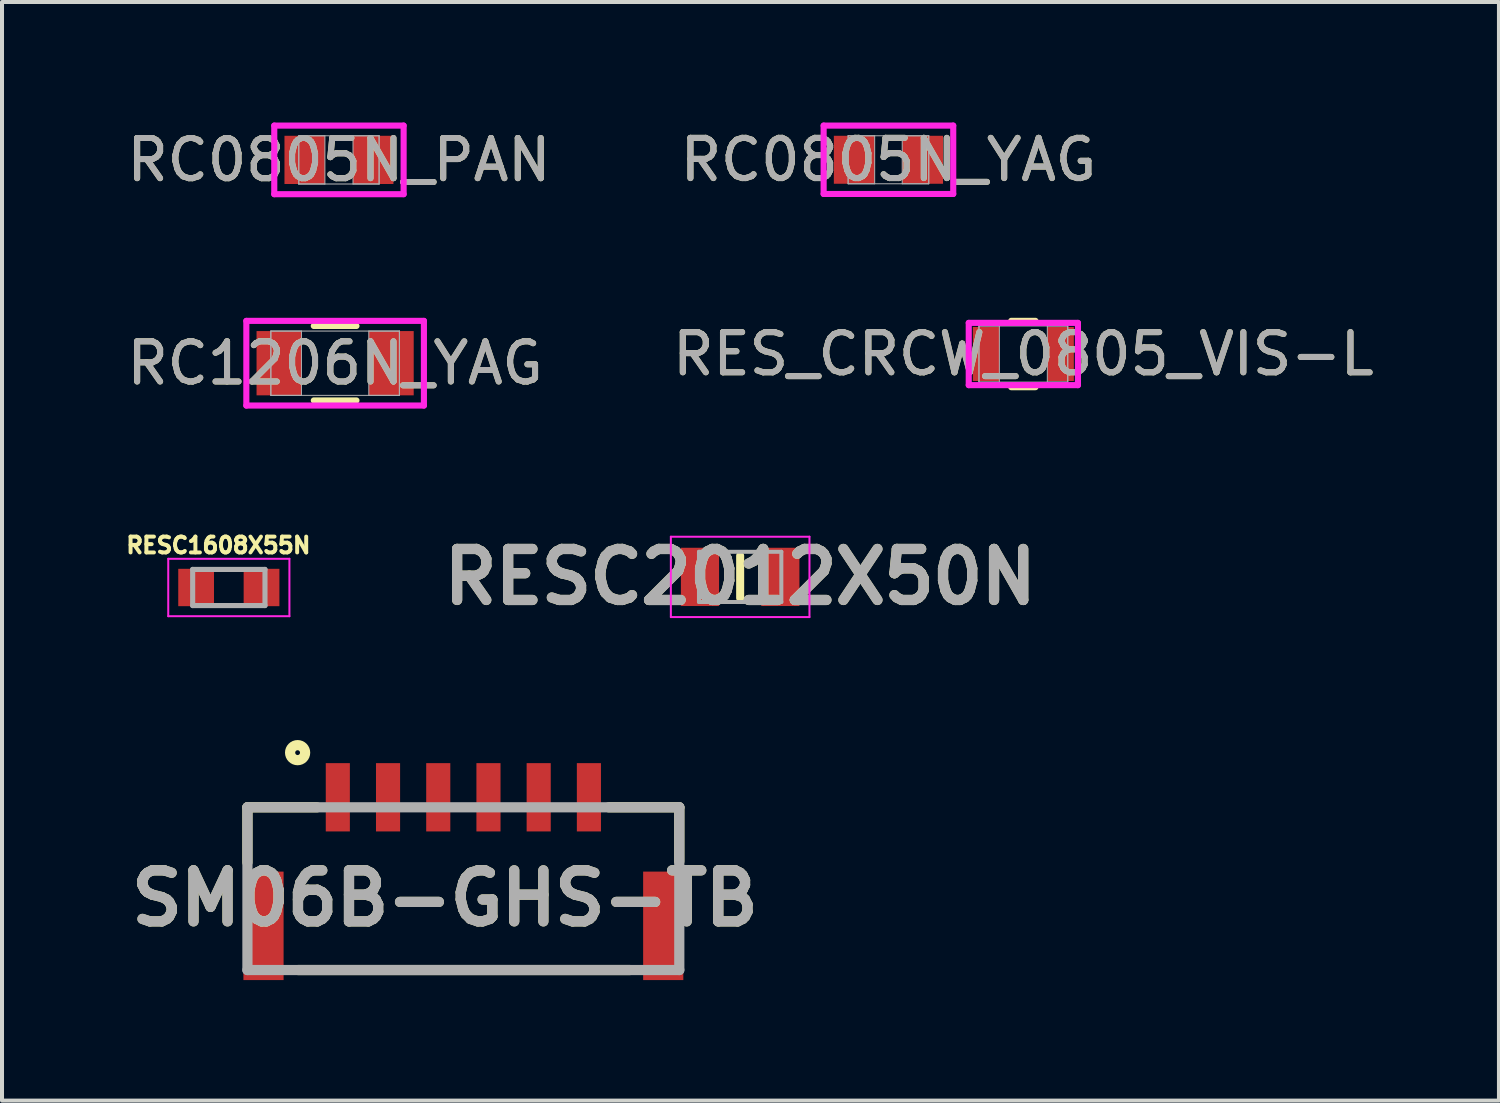
<source format=kicad_pcb>
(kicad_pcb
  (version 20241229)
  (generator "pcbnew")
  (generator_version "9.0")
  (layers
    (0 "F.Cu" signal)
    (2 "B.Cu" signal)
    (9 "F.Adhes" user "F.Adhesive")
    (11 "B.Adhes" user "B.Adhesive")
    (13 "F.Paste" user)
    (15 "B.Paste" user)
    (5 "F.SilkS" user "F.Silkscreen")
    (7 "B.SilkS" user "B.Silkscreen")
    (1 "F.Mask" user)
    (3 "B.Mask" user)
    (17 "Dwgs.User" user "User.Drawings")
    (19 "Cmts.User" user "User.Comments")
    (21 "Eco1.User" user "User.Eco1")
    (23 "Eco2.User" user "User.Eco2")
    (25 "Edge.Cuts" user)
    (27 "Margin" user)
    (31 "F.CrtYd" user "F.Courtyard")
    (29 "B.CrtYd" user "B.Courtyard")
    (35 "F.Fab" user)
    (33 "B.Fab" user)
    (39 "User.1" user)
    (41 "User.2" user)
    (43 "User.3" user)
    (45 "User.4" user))
  (footprint "RES_CRCW_0805_VIS-L"
    (layer "F.Cu")
    (at 22.423 5.762)
    (property "Reference" "RES_CRCW_0805_VIS-L" (at 0 0 0) (unlocked yes) (layer "F.SilkS") (effects (font (size 1 1) (thickness 0.15))))
    (attr smd)
    (fp_line (start -0.301 0.826) (end 0.301 0.826) (stroke (width 0.152) (type solid)) (layer "F.SilkS"))
    (fp_line (start 0.301 -0.826) (end -0.301 -0.826) (stroke (width 0.152) (type solid)) (layer "F.SilkS"))
    (fp_line (start -1.359 -0.775) (end 1.359 -0.775) (stroke (width 0.152) (type solid)) (layer "F.CrtYd"))
    (fp_line (start -1.359 0.775) (end -1.359 -0.775) (stroke (width 0.152) (type solid)) (layer "F.CrtYd"))
    (fp_line (start 1.359 -0.775) (end 1.359 0.775) (stroke (width 0.152) (type solid)) (layer "F.CrtYd"))
    (fp_line (start 1.359 0.775) (end -1.359 0.775) (stroke (width 0.152) (type solid)) (layer "F.CrtYd"))
    (fp_line (start -1.105 -0.699) (end -1.105 0.699) (stroke (width 0.025) (type solid)) (layer "F.Fab"))
    (fp_line (start -1.105 -0.699) (end -1.105 0.699) (stroke (width 0.025) (type solid)) (layer "F.Fab"))
    (fp_line (start -1.105 0.699) (end -0.597 0.699) (stroke (width 0.025) (type solid)) (layer "F.Fab"))
    (fp_line (start -1.105 0.699) (end 1.105 0.699) (stroke (width 0.025) (type solid)) (layer "F.Fab"))
    (fp_line (start -0.597 -0.699) (end -1.105 -0.699) (stroke (width 0.025) (type solid)) (layer "F.Fab"))
    (fp_line (start -0.597 0.699) (end -0.597 -0.699) (stroke (width 0.025) (type solid)) (layer "F.Fab"))
    (fp_line (start 0.597 -0.699) (end 0.597 0.699) (stroke (width 0.025) (type solid)) (layer "F.Fab"))
    (fp_line (start 0.597 0.699) (end 1.105 0.699) (stroke (width 0.025) (type solid)) (layer "F.Fab"))
    (fp_line (start 1.105 -0.699) (end -1.105 -0.699) (stroke (width 0.025) (type solid)) (layer "F.Fab"))
    (fp_line (start 1.105 -0.699) (end 0.597 -0.699) (stroke (width 0.025) (type solid)) (layer "F.Fab"))
    (fp_line (start 1.105 0.699) (end 1.105 -0.699) (stroke (width 0.025) (type solid)) (layer "F.Fab"))
    (fp_line (start 1.105 0.699) (end 1.105 -0.699) (stroke (width 0.025) (type solid)) (layer "F.Fab"))
    (fp_text user "${REFERENCE}" (at 0 0 0) (unlocked yes) (layer "F.Fab") (effects (font (size 1 1) (thickness 0.15))))
    (pad "1" smd rect (at -0.927 0) (size 0.66 1.346) (layers "F.Cu" "F.Mask" "F.Paste"))
    (pad "2" smd rect (at 0.927 0) (size 0.66 1.346) (layers "F.Cu" "F.Mask" "F.Paste"))
    (zone (net_name "") (layer "F.Cu") (hatch full 0.508) (connect_pads) (min_thickness 0.254) (filled_areas_thickness no) (keepout (tracks not_allowed) (vias not_allowed) (pads allowed) (copperpour not_allowed) (footprints allowed)) (placement (enabled no)) (fill) (polygon (pts (xy 21.877 5.114) (xy 22.969 5.114) (xy 22.969 6.41) (xy 21.877 6.41)))))
  (footprint "SM06B-GHS-TB"
    (layer "F.Cu")
    (at 3.109 21.096)
    (property "Reference" "SM06B-GHS-TB" (at 4.917 -1.786 0) (layer "F.SilkS") (effects (font (size 1.27 1.27) (thickness 0.254))))
    (attr smd)
    (fp_line (start 0 -4.05) (end 0 -2.678) (stroke (width 0.254) (type solid)) (layer "F.SilkS"))
    (fp_line (start 0 -4.05) (end 1.731 -4.05) (stroke (width 0.254) (type solid)) (layer "F.SilkS"))
    (fp_line (start 1.263 0) (end 9.519 0) (stroke (width 0.254) (type solid)) (layer "F.SilkS"))
    (fp_line (start 10.75 -4.05) (end 8.995 -4.05) (stroke (width 0.254) (type solid)) (layer "F.SilkS"))
    (fp_line (start 10.75 -4.05) (end 10.75 -2.706) (stroke (width 0.254) (type solid)) (layer "F.SilkS"))
    (fp_circle (center 1.249 -5.411) (end 1.249 -5.351) (stroke (width 0.254) (type solid)) (fill no) (layer "F.SilkS"))
    (fp_line (start 0 -4.05) (end 10.75 -4.05) (stroke (width 0.254) (type solid)) (layer "F.Fab"))
    (fp_line (start 0 0) (end 0 -4.05) (stroke (width 0.254) (type solid)) (layer "F.Fab"))
    (fp_line (start 10.75 -4.05) (end 10.75 0) (stroke (width 0.254) (type solid)) (layer "F.Fab"))
    (fp_line (start 10.75 0) (end 0 0) (stroke (width 0.254) (type solid)) (layer "F.Fab"))
    (fp_text user "${REFERENCE}" (at 4.917 -1.786 0) (layer "F.Fab") (effects (font (size 1.27 1.27) (thickness 0.254))))
    (pad "1" smd rect (at 2.25 -4.3) (size 0.6 1.7) (layers "F.Cu" "F.Mask" "F.Paste"))
    (pad "2" smd rect (at 3.5 -4.3) (size 0.6 1.7) (layers "F.Cu" "F.Mask" "F.Paste"))
    (pad "3" smd rect (at 4.75 -4.3) (size 0.6 1.7) (layers "F.Cu" "F.Mask" "F.Paste"))
    (pad "4" smd rect (at 6 -4.3) (size 0.6 1.7) (layers "F.Cu" "F.Mask" "F.Paste"))
    (pad "5" smd rect (at 7.25 -4.3) (size 0.6 1.7) (layers "F.Cu" "F.Mask" "F.Paste"))
    (pad "6" smd rect (at 8.5 -4.3) (size 0.6 1.7) (layers "F.Cu" "F.Mask" "F.Paste"))
    (pad "7" smd rect (at 0.4 -1.1) (size 1 2.7) (layers "F.Cu" "F.Mask" "F.Paste"))
    (pad "8" smd rect (at 10.35 -1.1) (size 1 2.7) (layers "F.Cu" "F.Mask" "F.Paste")))
  (footprint "RC0805N_PAN"
    (layer "F.Cu")
    (at 5.387 0.93)
    (property "Reference" "RC0805N_PAN" (at 0 0 0) (unlocked yes) (layer "F.SilkS") (effects (font (size 1 1) (thickness 0.15))))
    (attr smd)
    (fp_line (start -1.61 -0.854) (end 1.61 -0.854) (stroke (width 0.152) (type solid)) (layer "F.CrtYd"))
    (fp_line (start -1.61 0.854) (end -1.61 -0.854) (stroke (width 0.152) (type solid)) (layer "F.CrtYd"))
    (fp_line (start 1.61 -0.854) (end 1.61 0.854) (stroke (width 0.152) (type solid)) (layer "F.CrtYd"))
    (fp_line (start 1.61 0.854) (end -1.61 0.854) (stroke (width 0.152) (type solid)) (layer "F.CrtYd"))
    (fp_line (start -1 -0.6) (end -1 0.6) (stroke (width 0.025) (type solid)) (layer "F.Fab"))
    (fp_line (start -1 -0.6) (end -1 0.6) (stroke (width 0.025) (type solid)) (layer "F.Fab"))
    (fp_line (start -1 0.6) (end -0.35 0.6) (stroke (width 0.025) (type solid)) (layer "F.Fab"))
    (fp_line (start -1 0.6) (end 1 0.6) (stroke (width 0.025) (type solid)) (layer "F.Fab"))
    (fp_line (start -0.35 -0.6) (end -1 -0.6) (stroke (width 0.025) (type solid)) (layer "F.Fab"))
    (fp_line (start -0.35 0.6) (end -0.35 -0.6) (stroke (width 0.025) (type solid)) (layer "F.Fab"))
    (fp_line (start 0.35 -0.6) (end 0.35 0.6) (stroke (width 0.025) (type solid)) (layer "F.Fab"))
    (fp_line (start 0.35 0.6) (end 1 0.6) (stroke (width 0.025) (type solid)) (layer "F.Fab"))
    (fp_line (start 1 -0.6) (end -1 -0.6) (stroke (width 0.025) (type solid)) (layer "F.Fab"))
    (fp_line (start 1 -0.6) (end 0.35 -0.6) (stroke (width 0.025) (type solid)) (layer "F.Fab"))
    (fp_line (start 1 0.6) (end 1 -0.6) (stroke (width 0.025) (type solid)) (layer "F.Fab"))
    (fp_line (start 1 0.6) (end 1 -0.6) (stroke (width 0.025) (type solid)) (layer "F.Fab"))
    (fp_text user "${REFERENCE}" (at 0 0 0) (unlocked yes) (layer "F.Fab") (effects (font (size 1 1) (thickness 0.15))))
    (pad "1" smd rect (at -0.853 0) (size 1.006 1.2) (layers "F.Cu" "F.Mask" "F.Paste"))
    (pad "2" smd rect (at 0.853 0) (size 1.006 1.2) (layers "F.Cu" "F.Mask" "F.Paste"))
    (zone (net_name "") (layer "F.Cu") (hatch full 0.508) (connect_pads) (min_thickness 0.254) (filled_areas_thickness no) (keepout (tracks not_allowed) (vias not_allowed) (pads allowed) (copperpour not_allowed) (footprints allowed)) (placement (enabled no)) (fill) (polygon (pts (xy 5.088 0.381) (xy 5.686 0.381) (xy 5.686 1.479) (xy 5.088 1.479)))))
  (footprint "RESC2012X50N"
    (layer "F.Cu")
    (at 15.374 11.31)
    (property "Reference" "RESC2012X50N" (at 0 0 0) (layer "F.SilkS") (effects (font (size 1.27 1.27) (thickness 0.254))))
    (attr smd)
    (fp_line (start 0 -0.525) (end 0 0.525) (stroke (width 0.2) (type solid)) (layer "F.SilkS"))
    (fp_line (start -1.725 -1) (end 1.725 -1) (stroke (width 0.05) (type solid)) (layer "F.CrtYd"))
    (fp_line (start -1.725 1) (end -1.725 -1) (stroke (width 0.05) (type solid)) (layer "F.CrtYd"))
    (fp_line (start 1.725 -1) (end 1.725 1) (stroke (width 0.05) (type solid)) (layer "F.CrtYd"))
    (fp_line (start 1.725 1) (end -1.725 1) (stroke (width 0.05) (type solid)) (layer "F.CrtYd"))
    (fp_line (start -1.025 -0.625) (end 1.025 -0.625) (stroke (width 0.1) (type solid)) (layer "F.Fab"))
    (fp_line (start -1.025 0.625) (end -1.025 -0.625) (stroke (width 0.1) (type solid)) (layer "F.Fab"))
    (fp_line (start 1.025 -0.625) (end 1.025 0.625) (stroke (width 0.1) (type solid)) (layer "F.Fab"))
    (fp_line (start 1.025 0.625) (end -1.025 0.625) (stroke (width 0.1) (type solid)) (layer "F.Fab"))
    (fp_text user "${REFERENCE}" (at 0 0 0) (layer "F.Fab") (effects (font (size 1.27 1.27) (thickness 0.254))))
    (pad "1" smd rect (at -1 0) (size 0.95 1.45) (layers "F.Cu" "F.Mask" "F.Paste"))
    (pad "2" smd rect (at 1 0) (size 0.95 1.45) (layers "F.Cu" "F.Mask" "F.Paste")))
  (footprint "RESC1608X55N"
    (layer "F.Cu")
    (at 2.646 11.574)
    (property "Reference" "RESC1608X55N" (at -0.26 -1.05 0) (layer "F.SilkS") (effects (font (size 0.394 0.394) (thickness 0.15))))
    (attr smd)
    (fp_line (start -1.508 -0.715) (end 1.508 -0.715) (stroke (width 0.05) (type solid)) (layer "F.CrtYd"))
    (fp_line (start -1.508 0.715) (end -1.508 -0.715) (stroke (width 0.05) (type solid)) (layer "F.CrtYd"))
    (fp_line (start -1.508 0.715) (end 1.508 0.715) (stroke (width 0.05) (type solid)) (layer "F.CrtYd"))
    (fp_line (start 1.508 0.715) (end 1.508 -0.715) (stroke (width 0.05) (type solid)) (layer "F.CrtYd"))
    (fp_line (start -0.9 0.45) (end -0.9 -0.45) (stroke (width 0.127) (type solid)) (layer "F.Fab"))
    (fp_line (start 0.9 -0.45) (end -0.9 -0.45) (stroke (width 0.127) (type solid)) (layer "F.Fab"))
    (fp_line (start 0.9 0.45) (end -0.9 0.45) (stroke (width 0.127) (type solid)) (layer "F.Fab"))
    (fp_line (start 0.9 0.45) (end 0.9 -0.45) (stroke (width 0.127) (type solid)) (layer "F.Fab"))
    (pad "1" smd rect (at -0.814 0) (size 0.89 0.93) (layers "F.Cu" "F.Mask" "F.Paste"))
    (pad "2" smd rect (at 0.814 0) (size 0.89 0.93) (layers "F.Cu" "F.Mask" "F.Paste")))
  (footprint "RC0805N_YAG"
    (layer "F.Cu")
    (at 19.065 0.927)
    (property "Reference" "RC0805N_YAG" (at 0 0 0) (unlocked yes) (layer "F.SilkS") (effects (font (size 1 1) (thickness 0.15))))
    (attr smd)
    (fp_line (start -1.613 -0.851) (end 1.613 -0.851) (stroke (width 0.152) (type solid)) (layer "F.CrtYd"))
    (fp_line (start -1.613 0.851) (end -1.613 -0.851) (stroke (width 0.152) (type solid)) (layer "F.CrtYd"))
    (fp_line (start 1.613 -0.851) (end 1.613 0.851) (stroke (width 0.152) (type solid)) (layer "F.CrtYd"))
    (fp_line (start 1.613 0.851) (end -1.613 0.851) (stroke (width 0.152) (type solid)) (layer "F.CrtYd"))
    (fp_line (start -1.003 -0.597) (end -1.003 0.597) (stroke (width 0.025) (type solid)) (layer "F.Fab"))
    (fp_line (start -1.003 -0.597) (end -1.003 0.597) (stroke (width 0.025) (type solid)) (layer "F.Fab"))
    (fp_line (start -1.003 0.597) (end -0.343 0.597) (stroke (width 0.025) (type solid)) (layer "F.Fab"))
    (fp_line (start -1.003 0.597) (end 1.003 0.597) (stroke (width 0.025) (type solid)) (layer "F.Fab"))
    (fp_line (start -0.343 -0.597) (end -1.003 -0.597) (stroke (width 0.025) (type solid)) (layer "F.Fab"))
    (fp_line (start -0.343 0.597) (end -0.343 -0.597) (stroke (width 0.025) (type solid)) (layer "F.Fab"))
    (fp_line (start 0.343 -0.597) (end 0.343 0.597) (stroke (width 0.025) (type solid)) (layer "F.Fab"))
    (fp_line (start 0.343 0.597) (end 1.003 0.597) (stroke (width 0.025) (type solid)) (layer "F.Fab"))
    (fp_line (start 1.003 -0.597) (end -1.003 -0.597) (stroke (width 0.025) (type solid)) (layer "F.Fab"))
    (fp_line (start 1.003 -0.597) (end 0.343 -0.597) (stroke (width 0.025) (type solid)) (layer "F.Fab"))
    (fp_line (start 1.003 0.597) (end 1.003 -0.597) (stroke (width 0.025) (type solid)) (layer "F.Fab"))
    (fp_line (start 1.003 0.597) (end 1.003 -0.597) (stroke (width 0.025) (type solid)) (layer "F.Fab"))
    (fp_text user "${REFERENCE}" (at 0 0 0) (unlocked yes) (layer "F.Fab") (effects (font (size 1 1) (thickness 0.15))))
    (pad "1" smd rect (at -0.851 0) (size 1.016 1.194) (layers "F.Cu" "F.Mask" "F.Paste"))
    (pad "2" smd rect (at 0.851 0) (size 1.016 1.194) (layers "F.Cu" "F.Mask" "F.Paste"))
    (zone (net_name "") (layer "F.Cu") (hatch full 0.508) (connect_pads) (min_thickness 0.254) (filled_areas_thickness no) (keepout (tracks not_allowed) (vias not_allowed) (pads allowed) (copperpour not_allowed) (footprints allowed)) (placement (enabled no)) (fill) (polygon (pts (xy 18.773 0.381) (xy 19.358 0.381) (xy 19.358 1.473) (xy 18.773 1.473)))))
  (footprint "RC1206N_YAG"
    (layer "F.Cu")
    (at 5.292 5.991)
    (property "Reference" "RC1206N_YAG" (at 0 0 0) (unlocked yes) (layer "F.SilkS") (effects (font (size 1 1) (thickness 0.15))))
    (attr smd)
    (fp_line (start -0.531 0.927) (end 0.531 0.927) (stroke (width 0.152) (type solid)) (layer "F.SilkS"))
    (fp_line (start 0.531 -0.927) (end -0.531 -0.927) (stroke (width 0.152) (type solid)) (layer "F.SilkS"))
    (fp_line (start -2.21 -1.054) (end 2.21 -1.054) (stroke (width 0.152) (type solid)) (layer "F.CrtYd"))
    (fp_line (start -2.21 1.054) (end -2.21 -1.054) (stroke (width 0.152) (type solid)) (layer "F.CrtYd"))
    (fp_line (start 2.21 -1.054) (end 2.21 1.054) (stroke (width 0.152) (type solid)) (layer "F.CrtYd"))
    (fp_line (start 2.21 1.054) (end -2.21 1.054) (stroke (width 0.152) (type solid)) (layer "F.CrtYd"))
    (fp_line (start -1.6 -0.8) (end -1.6 0.8) (stroke (width 0.025) (type solid)) (layer "F.Fab"))
    (fp_line (start -1.6 -0.8) (end -1.6 0.8) (stroke (width 0.025) (type solid)) (layer "F.Fab"))
    (fp_line (start -1.6 0.8) (end -0.838 0.8) (stroke (width 0.025) (type solid)) (layer "F.Fab"))
    (fp_line (start -1.6 0.8) (end 1.6 0.8) (stroke (width 0.025) (type solid)) (layer "F.Fab"))
    (fp_line (start -0.838 -0.8) (end -1.6 -0.8) (stroke (width 0.025) (type solid)) (layer "F.Fab"))
    (fp_line (start -0.838 0.8) (end -0.838 -0.8) (stroke (width 0.025) (type solid)) (layer "F.Fab"))
    (fp_line (start 0.838 -0.8) (end 0.838 0.8) (stroke (width 0.025) (type solid)) (layer "F.Fab"))
    (fp_line (start 0.838 0.8) (end 1.6 0.8) (stroke (width 0.025) (type solid)) (layer "F.Fab"))
    (fp_line (start 1.6 -0.8) (end -1.6 -0.8) (stroke (width 0.025) (type solid)) (layer "F.Fab"))
    (fp_line (start 1.6 -0.8) (end 0.838 -0.8) (stroke (width 0.025) (type solid)) (layer "F.Fab"))
    (fp_line (start 1.6 0.8) (end 1.6 -0.8) (stroke (width 0.025) (type solid)) (layer "F.Fab"))
    (fp_line (start 1.6 0.8) (end 1.6 -0.8) (stroke (width 0.025) (type solid)) (layer "F.Fab"))
    (fp_text user "${REFERENCE}" (at 0 0 0) (unlocked yes) (layer "F.Fab") (effects (font (size 1 1) (thickness 0.15))))
    (pad "1" smd rect (at -1.397 0) (size 1.118 1.6) (layers "F.Cu" "F.Mask" "F.Paste"))
    (pad "2" smd rect (at 1.397 0) (size 1.118 1.6) (layers "F.Cu" "F.Mask" "F.Paste"))
    (zone (net_name "") (layer "F.Cu") (hatch full 0.508) (connect_pads) (min_thickness 0.254) (filled_areas_thickness no) (keepout (tracks not_allowed) (vias not_allowed) (pads allowed) (copperpour not_allowed) (footprints allowed)) (placement (enabled no)) (fill) (polygon (pts (xy 4.504 5.241) (xy 6.079 5.241) (xy 6.079 6.74) (xy 4.504 6.74)))))
  (gr_rect
    (start -3 -3)
    (end 34.262 24.346)
    (stroke (width 0.1) (type default))
    (fill no)
    (layer "Edge.Cuts")))
</source>
